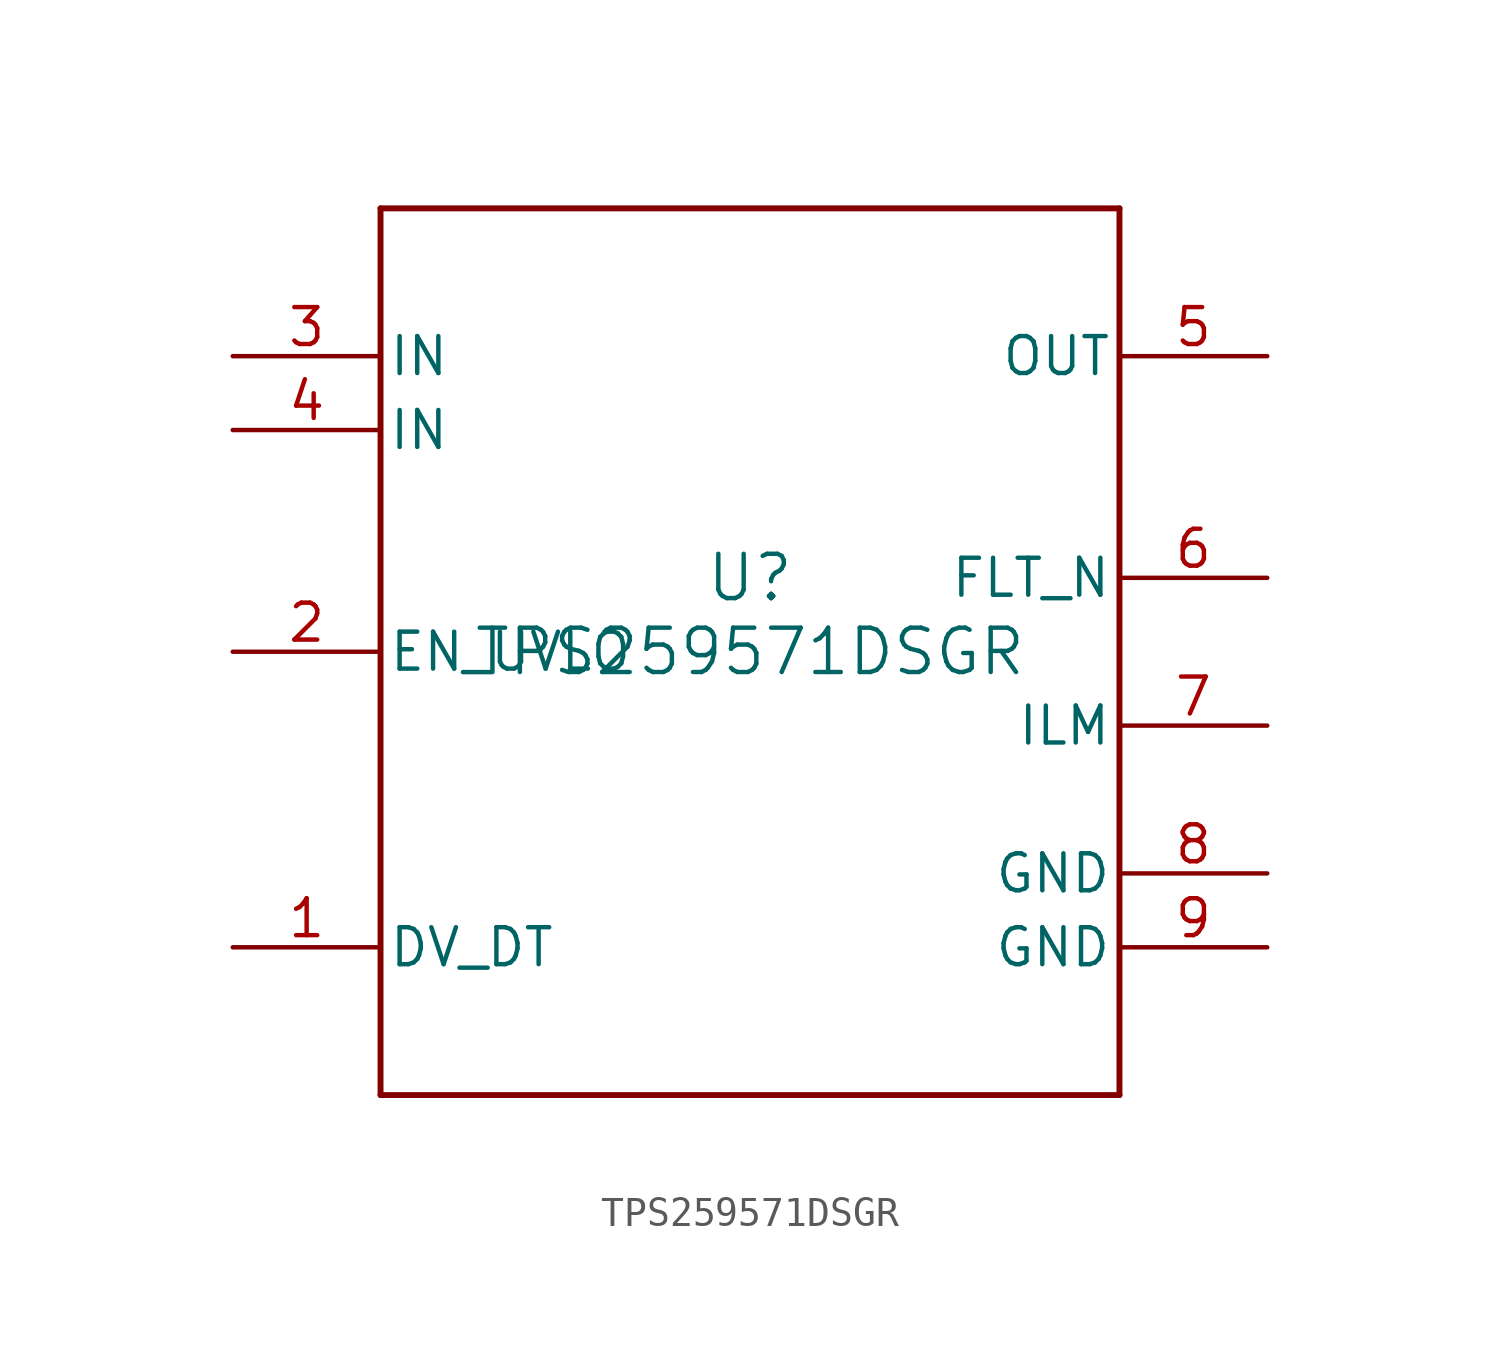
<source format=kicad_sym>
(kicad_symbol_lib
  (version 20211014)
  (generator kicad_symbol_editor)
  (symbol "TPS259571DSGR"
    (pin_names
      (offset 0.254))
    (property "Reference" "U"
      (at 0 2.54 0)
      (effects (font (size 1.524 1.524))))
    (property "Value" "TPS259571DSGR"
      (at 0 0 0)
      (effects (font (size 1.524 1.524))))
    (symbol "TPS259571DSGR_0_1"
      (polyline (pts (xy -12.7 -15.24) (xy 12.7 -15.24)) (stroke (width 0.203) (type default) (color 0 0 0 0)) (fill (type none)))
      (polyline (pts (xy 12.7 -15.24) (xy 12.7 15.24)) (stroke (width 0.203) (type default) (color 0 0 0 0)) (fill (type none)))
      (polyline (pts (xy 12.7 15.24) (xy -12.7 15.24)) (stroke (width 0.203) (type default) (color 0 0 0 0)) (fill (type none)))
      (polyline (pts (xy -12.7 15.24) (xy -12.7 -15.24)) (stroke (width 0.203) (type default) (color 0 0 0 0)) (fill (type none)))
      (pin bidirectional line (at -17.78 -10.16 0) (length 5.08) (name "DV_DT" (effects (font (size 1.27 1.27)))) (number "1" (effects (font (size 1.27 1.27)))))
      (pin input line (at -17.78 0 0) (length 5.08) (name "EN_UVLO" (effects (font (size 1.27 1.27)))) (number "2" (effects (font (size 1.27 1.27)))))
      (pin power_in line (at -17.78 10.16 0) (length 5.08) (name "IN" (effects (font (size 1.27 1.27)))) (number "3" (effects (font (size 1.27 1.27)))))
      (pin power_in line (at -17.78 7.62 0) (length 5.08) (name "IN" (effects (font (size 1.27 1.27)))) (number "4" (effects (font (size 1.27 1.27)))))
      (pin power_in line (at 17.78 10.16 180) (length 5.08) (name "OUT" (effects (font (size 1.27 1.27)))) (number "5" (effects (font (size 1.27 1.27)))))
      (pin open_collector line (at 17.78 2.54 180) (length 5.08) (name "FLT_N" (effects (font (size 1.27 1.27)))) (number "6" (effects (font (size 1.27 1.27)))))
      (pin bidirectional line (at 17.78 -2.54 180) (length 5.08) (name "ILM" (effects (font (size 1.27 1.27)))) (number "7" (effects (font (size 1.27 1.27)))))
      (pin power_in line (at 17.78 -7.62 180) (length 5.08) (name "GND" (effects (font (size 1.27 1.27)))) (number "8" (effects (font (size 1.27 1.27)))))
      (pin power_in line (at 17.78 -10.16 180) (length 5.08) (name "GND" (effects (font (size 1.27 1.27)))) (number "9" (effects (font (size 1.27 1.27))))))))
</source>
